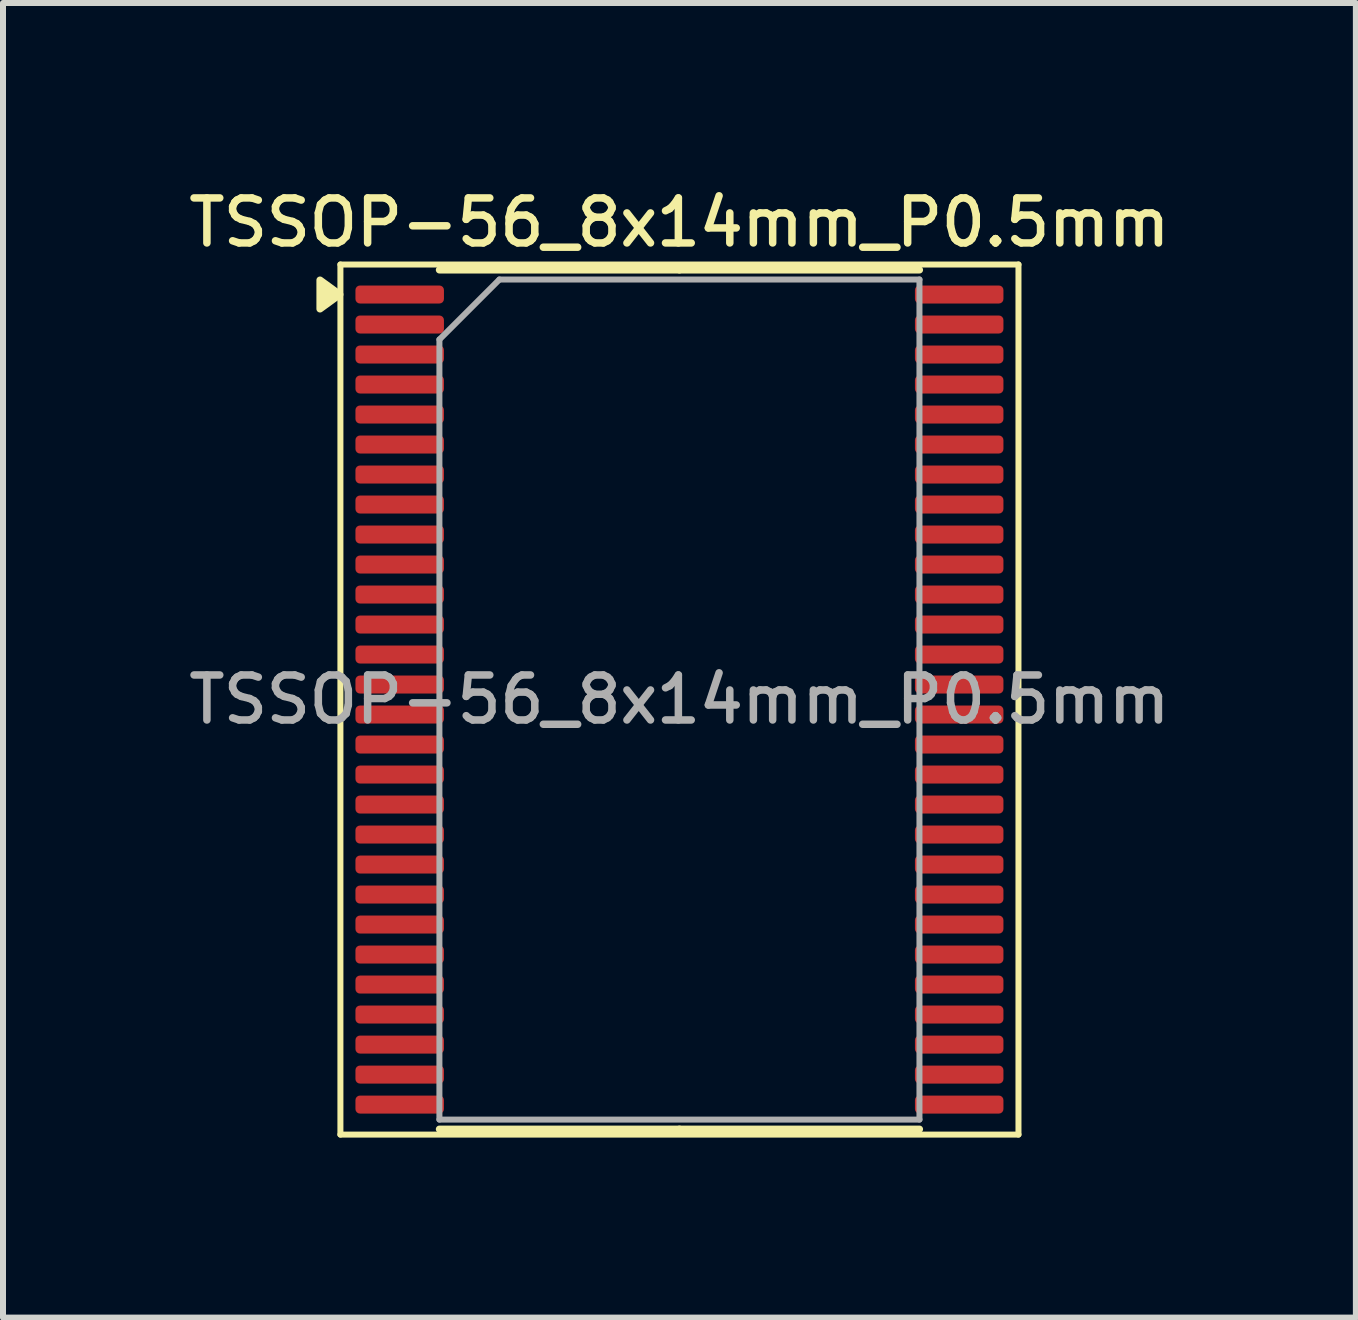
<source format=kicad_pcb>
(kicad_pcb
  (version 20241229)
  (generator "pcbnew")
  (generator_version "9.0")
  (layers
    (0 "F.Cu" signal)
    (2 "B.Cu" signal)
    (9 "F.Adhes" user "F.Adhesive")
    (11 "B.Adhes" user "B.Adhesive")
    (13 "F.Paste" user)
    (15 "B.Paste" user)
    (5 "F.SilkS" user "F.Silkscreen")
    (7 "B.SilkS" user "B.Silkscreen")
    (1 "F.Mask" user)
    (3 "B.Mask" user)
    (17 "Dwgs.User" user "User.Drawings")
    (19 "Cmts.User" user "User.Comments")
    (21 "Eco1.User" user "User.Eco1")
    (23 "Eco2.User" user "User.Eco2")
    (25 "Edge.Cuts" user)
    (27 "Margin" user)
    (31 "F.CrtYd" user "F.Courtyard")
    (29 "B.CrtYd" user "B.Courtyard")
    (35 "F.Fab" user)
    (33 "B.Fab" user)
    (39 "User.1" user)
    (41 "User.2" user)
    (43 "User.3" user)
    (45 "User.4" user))
  (footprint "TSSOP-56_8x14mm_P0.5mm"
    (layer "F.Cu")
    (at 8.273 8.608)
    (property "Reference" "TSSOP-56_8x14mm_P0.5mm" (at 0 -7.95 0) (layer "F.SilkS") (effects (font (size 0.75 0.75) (thickness 0.125))))
    (attr smd)
    (fp_line (start -5.65 -7.25) (end -5.65 7.25) (stroke (width 0.1) (type solid)) (layer "F.SilkS"))
    (fp_line (start -5.65 7.25) (end 5.65 7.25) (stroke (width 0.1) (type solid)) (layer "F.SilkS"))
    (fp_line (start 0 -7.16) (end -4 -7.16) (stroke (width 0.12) (type solid)) (layer "F.SilkS"))
    (fp_line (start 0 -7.16) (end 4 -7.16) (stroke (width 0.12) (type solid)) (layer "F.SilkS"))
    (fp_line (start 0 7.16) (end -4 7.16) (stroke (width 0.12) (type solid)) (layer "F.SilkS"))
    (fp_line (start 0 7.16) (end 4 7.16) (stroke (width 0.12) (type solid)) (layer "F.SilkS"))
    (fp_line (start 5.65 -7.25) (end -5.65 -7.25) (stroke (width 0.1) (type solid)) (layer "F.SilkS"))
    (fp_line (start 5.65 7.25) (end 5.65 -7.25) (stroke (width 0.1) (type solid)) (layer "F.SilkS"))
    (fp_poly (pts (xy -5.66 -6.75) (xy -5.99 -6.99) (xy -5.99 -6.51) (xy -5.66 -6.75)) (stroke (width 0.12) (type solid)) (fill yes) (layer "F.SilkS"))
    (fp_line (start -4 -6) (end -3 -7) (stroke (width 0.1) (type solid)) (layer "F.Fab"))
    (fp_line (start -4 7) (end -4 -6) (stroke (width 0.1) (type solid)) (layer "F.Fab"))
    (fp_line (start -3 -7) (end 4 -7) (stroke (width 0.1) (type solid)) (layer "F.Fab"))
    (fp_line (start 4 -7) (end 4 7) (stroke (width 0.1) (type solid)) (layer "F.Fab"))
    (fp_line (start 4 7) (end -4 7) (stroke (width 0.1) (type solid)) (layer "F.Fab"))
    (fp_text user "${REFERENCE}" (at 0 0 0) (layer "F.Fab") (effects (font (size 0.75 0.75) (thickness 0.125))))
    (pad "1" smd roundrect (at -4.662 -6.75) (size 1.475 0.3) (layers "F.Cu" "F.Mask" "F.Paste") (roundrect_rratio 0.25))
    (pad "2" smd roundrect (at -4.662 -6.25) (size 1.475 0.3) (layers "F.Cu" "F.Mask" "F.Paste") (roundrect_rratio 0.25))
    (pad "3" smd roundrect (at -4.662 -5.75) (size 1.475 0.3) (layers "F.Cu" "F.Mask" "F.Paste") (roundrect_rratio 0.25))
    (pad "4" smd roundrect (at -4.662 -5.25) (size 1.475 0.3) (layers "F.Cu" "F.Mask" "F.Paste") (roundrect_rratio 0.25))
    (pad "5" smd roundrect (at -4.662 -4.75) (size 1.475 0.3) (layers "F.Cu" "F.Mask" "F.Paste") (roundrect_rratio 0.25))
    (pad "6" smd roundrect (at -4.662 -4.25) (size 1.475 0.3) (layers "F.Cu" "F.Mask" "F.Paste") (roundrect_rratio 0.25))
    (pad "7" smd roundrect (at -4.662 -3.75) (size 1.475 0.3) (layers "F.Cu" "F.Mask" "F.Paste") (roundrect_rratio 0.25))
    (pad "8" smd roundrect (at -4.662 -3.25) (size 1.475 0.3) (layers "F.Cu" "F.Mask" "F.Paste") (roundrect_rratio 0.25))
    (pad "9" smd roundrect (at -4.662 -2.75) (size 1.475 0.3) (layers "F.Cu" "F.Mask" "F.Paste") (roundrect_rratio 0.25))
    (pad "10" smd roundrect (at -4.662 -2.25) (size 1.475 0.3) (layers "F.Cu" "F.Mask" "F.Paste") (roundrect_rratio 0.25))
    (pad "11" smd roundrect (at -4.662 -1.75) (size 1.475 0.3) (layers "F.Cu" "F.Mask" "F.Paste") (roundrect_rratio 0.25))
    (pad "12" smd roundrect (at -4.662 -1.25) (size 1.475 0.3) (layers "F.Cu" "F.Mask" "F.Paste") (roundrect_rratio 0.25))
    (pad "13" smd roundrect (at -4.662 -0.75) (size 1.475 0.3) (layers "F.Cu" "F.Mask" "F.Paste") (roundrect_rratio 0.25))
    (pad "14" smd roundrect (at -4.662 -0.25) (size 1.475 0.3) (layers "F.Cu" "F.Mask" "F.Paste") (roundrect_rratio 0.25))
    (pad "15" smd roundrect (at -4.662 0.25) (size 1.475 0.3) (layers "F.Cu" "F.Mask" "F.Paste") (roundrect_rratio 0.25))
    (pad "16" smd roundrect (at -4.662 0.75) (size 1.475 0.3) (layers "F.Cu" "F.Mask" "F.Paste") (roundrect_rratio 0.25))
    (pad "17" smd roundrect (at -4.662 1.25) (size 1.475 0.3) (layers "F.Cu" "F.Mask" "F.Paste") (roundrect_rratio 0.25))
    (pad "18" smd roundrect (at -4.662 1.75) (size 1.475 0.3) (layers "F.Cu" "F.Mask" "F.Paste") (roundrect_rratio 0.25))
    (pad "19" smd roundrect (at -4.662 2.25) (size 1.475 0.3) (layers "F.Cu" "F.Mask" "F.Paste") (roundrect_rratio 0.25))
    (pad "20" smd roundrect (at -4.662 2.75) (size 1.475 0.3) (layers "F.Cu" "F.Mask" "F.Paste") (roundrect_rratio 0.25))
    (pad "21" smd roundrect (at -4.662 3.25) (size 1.475 0.3) (layers "F.Cu" "F.Mask" "F.Paste") (roundrect_rratio 0.25))
    (pad "22" smd roundrect (at -4.662 3.75) (size 1.475 0.3) (layers "F.Cu" "F.Mask" "F.Paste") (roundrect_rratio 0.25))
    (pad "23" smd roundrect (at -4.662 4.25) (size 1.475 0.3) (layers "F.Cu" "F.Mask" "F.Paste") (roundrect_rratio 0.25))
    (pad "24" smd roundrect (at -4.662 4.75) (size 1.475 0.3) (layers "F.Cu" "F.Mask" "F.Paste") (roundrect_rratio 0.25))
    (pad "25" smd roundrect (at -4.662 5.25) (size 1.475 0.3) (layers "F.Cu" "F.Mask" "F.Paste") (roundrect_rratio 0.25))
    (pad "26" smd roundrect (at -4.662 5.75) (size 1.475 0.3) (layers "F.Cu" "F.Mask" "F.Paste") (roundrect_rratio 0.25))
    (pad "27" smd roundrect (at -4.662 6.25) (size 1.475 0.3) (layers "F.Cu" "F.Mask" "F.Paste") (roundrect_rratio 0.25))
    (pad "28" smd roundrect (at -4.662 6.75) (size 1.475 0.3) (layers "F.Cu" "F.Mask" "F.Paste") (roundrect_rratio 0.25))
    (pad "29" smd roundrect (at 4.662 6.75) (size 1.475 0.3) (layers "F.Cu" "F.Mask" "F.Paste") (roundrect_rratio 0.25))
    (pad "30" smd roundrect (at 4.662 6.25) (size 1.475 0.3) (layers "F.Cu" "F.Mask" "F.Paste") (roundrect_rratio 0.25))
    (pad "31" smd roundrect (at 4.662 5.75) (size 1.475 0.3) (layers "F.Cu" "F.Mask" "F.Paste") (roundrect_rratio 0.25))
    (pad "32" smd roundrect (at 4.662 5.25) (size 1.475 0.3) (layers "F.Cu" "F.Mask" "F.Paste") (roundrect_rratio 0.25))
    (pad "33" smd roundrect (at 4.662 4.75) (size 1.475 0.3) (layers "F.Cu" "F.Mask" "F.Paste") (roundrect_rratio 0.25))
    (pad "34" smd roundrect (at 4.662 4.25) (size 1.475 0.3) (layers "F.Cu" "F.Mask" "F.Paste") (roundrect_rratio 0.25))
    (pad "35" smd roundrect (at 4.662 3.75) (size 1.475 0.3) (layers "F.Cu" "F.Mask" "F.Paste") (roundrect_rratio 0.25))
    (pad "36" smd roundrect (at 4.662 3.25) (size 1.475 0.3) (layers "F.Cu" "F.Mask" "F.Paste") (roundrect_rratio 0.25))
    (pad "37" smd roundrect (at 4.662 2.75) (size 1.475 0.3) (layers "F.Cu" "F.Mask" "F.Paste") (roundrect_rratio 0.25))
    (pad "38" smd roundrect (at 4.662 2.25) (size 1.475 0.3) (layers "F.Cu" "F.Mask" "F.Paste") (roundrect_rratio 0.25))
    (pad "39" smd roundrect (at 4.662 1.75) (size 1.475 0.3) (layers "F.Cu" "F.Mask" "F.Paste") (roundrect_rratio 0.25))
    (pad "40" smd roundrect (at 4.662 1.25) (size 1.475 0.3) (layers "F.Cu" "F.Mask" "F.Paste") (roundrect_rratio 0.25))
    (pad "41" smd roundrect (at 4.662 0.75) (size 1.475 0.3) (layers "F.Cu" "F.Mask" "F.Paste") (roundrect_rratio 0.25))
    (pad "42" smd roundrect (at 4.662 0.25) (size 1.475 0.3) (layers "F.Cu" "F.Mask" "F.Paste") (roundrect_rratio 0.25))
    (pad "43" smd roundrect (at 4.662 -0.25) (size 1.475 0.3) (layers "F.Cu" "F.Mask" "F.Paste") (roundrect_rratio 0.25))
    (pad "44" smd roundrect (at 4.662 -0.75) (size 1.475 0.3) (layers "F.Cu" "F.Mask" "F.Paste") (roundrect_rratio 0.25))
    (pad "45" smd roundrect (at 4.662 -1.25) (size 1.475 0.3) (layers "F.Cu" "F.Mask" "F.Paste") (roundrect_rratio 0.25))
    (pad "46" smd roundrect (at 4.662 -1.75) (size 1.475 0.3) (layers "F.Cu" "F.Mask" "F.Paste") (roundrect_rratio 0.25))
    (pad "47" smd roundrect (at 4.662 -2.25) (size 1.475 0.3) (layers "F.Cu" "F.Mask" "F.Paste") (roundrect_rratio 0.25))
    (pad "48" smd roundrect (at 4.662 -2.75) (size 1.475 0.3) (layers "F.Cu" "F.Mask" "F.Paste") (roundrect_rratio 0.25))
    (pad "49" smd roundrect (at 4.662 -3.25) (size 1.475 0.3) (layers "F.Cu" "F.Mask" "F.Paste") (roundrect_rratio 0.25))
    (pad "50" smd roundrect (at 4.662 -3.75) (size 1.475 0.3) (layers "F.Cu" "F.Mask" "F.Paste") (roundrect_rratio 0.25))
    (pad "51" smd roundrect (at 4.662 -4.25) (size 1.475 0.3) (layers "F.Cu" "F.Mask" "F.Paste") (roundrect_rratio 0.25))
    (pad "52" smd roundrect (at 4.662 -4.75) (size 1.475 0.3) (layers "F.Cu" "F.Mask" "F.Paste") (roundrect_rratio 0.25))
    (pad "53" smd roundrect (at 4.662 -5.25) (size 1.475 0.3) (layers "F.Cu" "F.Mask" "F.Paste") (roundrect_rratio 0.25))
    (pad "54" smd roundrect (at 4.662 -5.75) (size 1.475 0.3) (layers "F.Cu" "F.Mask" "F.Paste") (roundrect_rratio 0.25))
    (pad "55" smd roundrect (at 4.662 -6.25) (size 1.475 0.3) (layers "F.Cu" "F.Mask" "F.Paste") (roundrect_rratio 0.25))
    (pad "56" smd roundrect (at 4.662 -6.75) (size 1.475 0.3) (layers "F.Cu" "F.Mask" "F.Paste") (roundrect_rratio 0.25)))
  (gr_rect
    (start -3 -3)
    (end 19.546 18.908)
    (stroke (width 0.1) (type default))
    (fill no)
    (layer "Edge.Cuts")))
</source>
